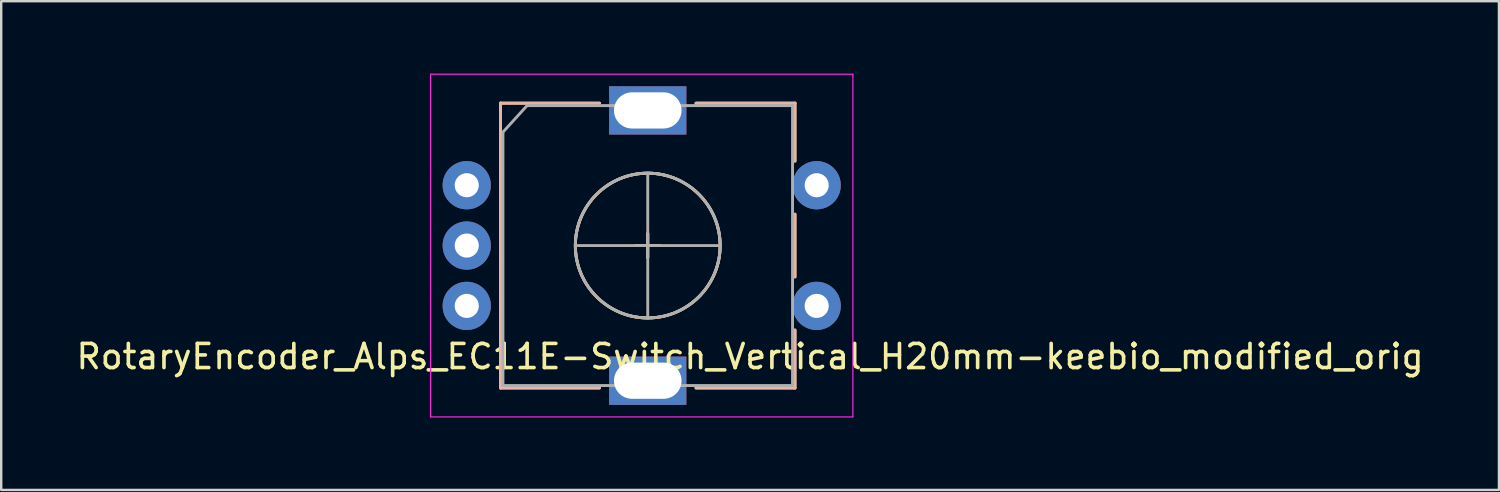
<source format=kicad_pcb>
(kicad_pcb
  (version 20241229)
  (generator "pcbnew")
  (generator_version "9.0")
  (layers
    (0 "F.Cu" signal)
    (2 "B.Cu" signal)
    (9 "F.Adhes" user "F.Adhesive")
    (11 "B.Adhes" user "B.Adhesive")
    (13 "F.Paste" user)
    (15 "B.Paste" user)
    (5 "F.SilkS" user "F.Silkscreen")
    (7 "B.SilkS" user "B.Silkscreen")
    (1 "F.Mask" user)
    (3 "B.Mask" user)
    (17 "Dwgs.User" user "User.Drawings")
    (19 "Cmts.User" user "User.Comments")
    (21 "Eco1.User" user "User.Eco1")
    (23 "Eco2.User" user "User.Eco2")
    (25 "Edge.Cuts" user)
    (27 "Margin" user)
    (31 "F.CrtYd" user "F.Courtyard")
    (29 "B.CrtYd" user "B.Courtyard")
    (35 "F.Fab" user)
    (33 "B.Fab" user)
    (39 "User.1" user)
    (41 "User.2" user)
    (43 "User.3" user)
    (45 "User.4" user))
  (footprint "RotaryEncoder_Alps_EC11E-Switch_Vertical_H20mm-keebio_modified_orig"
    (layer "F.Cu")
    (at 23.79 7.125)
    (property "Reference" "RotaryEncoder_Alps_EC11E-Switch_Vertical_H20mm-keebio_modified_orig" (at 4.24 4.6 0) (layer "F.SilkS") (effects (font (size 1 1) (thickness 0.15))))
    (attr through_hole)
    (fp_line (start -6.1 -5.9) (end -6.1 5.9) (stroke (width 0.12) (type solid)) (layer "F.SilkS"))
    (fp_line (start -2 -5.9) (end -6.1 -5.9) (stroke (width 0.12) (type solid)) (layer "F.SilkS"))
    (fp_line (start -2 5.9) (end -6.1 5.9) (stroke (width 0.12) (type solid)) (layer "F.SilkS"))
    (fp_line (start -0.5 0) (end 0.5 0) (stroke (width 0.12) (type solid)) (layer "F.SilkS"))
    (fp_line (start 0 -0.5) (end 0 0.5) (stroke (width 0.12) (type solid)) (layer "F.SilkS"))
    (fp_line (start 2 -5.9) (end 6.1 -5.9) (stroke (width 0.12) (type solid)) (layer "F.SilkS"))
    (fp_line (start 6.1 -5.9) (end 6.1 -3.5) (stroke (width 0.12) (type solid)) (layer "F.SilkS"))
    (fp_line (start 6.1 -1.3) (end 6.1 1.3) (stroke (width 0.12) (type solid)) (layer "F.SilkS"))
    (fp_line (start 6.1 3.5) (end 6.1 5.9) (stroke (width 0.12) (type solid)) (layer "F.SilkS"))
    (fp_line (start 6.1 5.9) (end 2 5.9) (stroke (width 0.12) (type solid)) (layer "F.SilkS"))
    (fp_circle (center 0 0) (end 3 0) (stroke (width 0.12) (type solid)) (fill no) (layer "F.SilkS"))
    (fp_line (start -6.1 -5.9) (end -6.1 5.9) (stroke (width 0.12) (type solid)) (layer "B.SilkS"))
    (fp_line (start -2 -5.9) (end -6.1 -5.9) (stroke (width 0.12) (type solid)) (layer "B.SilkS"))
    (fp_line (start -2 5.9) (end -6.1 5.9) (stroke (width 0.12) (type solid)) (layer "B.SilkS"))
    (fp_line (start -0.5 0) (end 0.5 0) (stroke (width 0.12) (type solid)) (layer "B.SilkS"))
    (fp_line (start 0 -0.5) (end 0 0.5) (stroke (width 0.12) (type solid)) (layer "B.SilkS"))
    (fp_line (start 2 -5.9) (end 6.1 -5.9) (stroke (width 0.12) (type solid)) (layer "B.SilkS"))
    (fp_line (start 6.1 -5.9) (end 6.1 -3.5) (stroke (width 0.12) (type solid)) (layer "B.SilkS"))
    (fp_line (start 6.1 -1.3) (end 6.1 1.3) (stroke (width 0.12) (type solid)) (layer "B.SilkS"))
    (fp_line (start 6.1 3.5) (end 6.1 5.9) (stroke (width 0.12) (type solid)) (layer "B.SilkS"))
    (fp_line (start 6.1 5.9) (end 2 5.9) (stroke (width 0.12) (type solid)) (layer "B.SilkS"))
    (fp_circle (center 0 0) (end 3 0) (stroke (width 0.12) (type solid)) (fill no) (layer "B.SilkS"))
    (fp_line (start -9 -7.1) (end -9 7.1) (stroke (width 0.05) (type solid)) (layer "F.CrtYd"))
    (fp_line (start -9 -7.1) (end 8.5 -7.1) (stroke (width 0.05) (type solid)) (layer "F.CrtYd"))
    (fp_line (start 8.5 7.1) (end -9 7.1) (stroke (width 0.05) (type solid)) (layer "F.CrtYd"))
    (fp_line (start 8.5 7.1) (end 8.5 -7.1) (stroke (width 0.05) (type solid)) (layer "F.CrtYd"))
    (fp_line (start -6 -4.7) (end -5 -5.8) (stroke (width 0.12) (type solid)) (layer "F.Fab"))
    (fp_line (start -6 5.8) (end -6 -4.7) (stroke (width 0.12) (type solid)) (layer "F.Fab"))
    (fp_line (start -5 -5.8) (end 6 -5.8) (stroke (width 0.12) (type solid)) (layer "F.Fab"))
    (fp_line (start -3 0) (end 3 0) (stroke (width 0.12) (type solid)) (layer "F.Fab"))
    (fp_line (start 0 -3) (end 0 3) (stroke (width 0.12) (type solid)) (layer "F.Fab"))
    (fp_line (start 6 -5.8) (end 6 5.8) (stroke (width 0.12) (type solid)) (layer "F.Fab"))
    (fp_line (start 6 5.8) (end -6 5.8) (stroke (width 0.12) (type solid)) (layer "F.Fab"))
    (fp_circle (center 0 0) (end 3 0) (stroke (width 0.12) (type solid)) (fill no) (layer "F.Fab"))
    (pad "A" thru_hole circle (at -7.5 -2.5) (size 2 2) (drill 1) (layers "*.Cu" "*.Mask"))
    (pad "B" thru_hole circle (at -7.5 2.5) (size 2 2) (drill 1) (layers "*.Cu" "*.Mask"))
    (pad "C" thru_hole circle (at -7.5 0) (size 2 2) (drill 1) (layers "*.Cu" "*.Mask"))
    (pad "MP" thru_hole rect (at 0 -5.6) (size 3.2 2) (drill oval 2.8 1.5) (layers "*.Cu" "*.Mask"))
    (pad "MP" thru_hole rect (at 0 5.6) (size 3.2 2) (drill oval 2.8 1.5) (layers "*.Cu" "*.Mask"))
    (pad "S1" thru_hole circle (at 7 2.5) (size 2 2) (drill 1) (layers "*.Cu" "*.Mask"))
    (pad "S2" thru_hole circle (at 7 -2.5) (size 2 2) (drill 1) (layers "*.Cu" "*.Mask")))
  (gr_rect
    (start -3 -3)
    (end 59.06 17.25)
    (stroke (width 0.1) (type default))
    (fill no)
    (layer "Edge.Cuts")))
</source>
